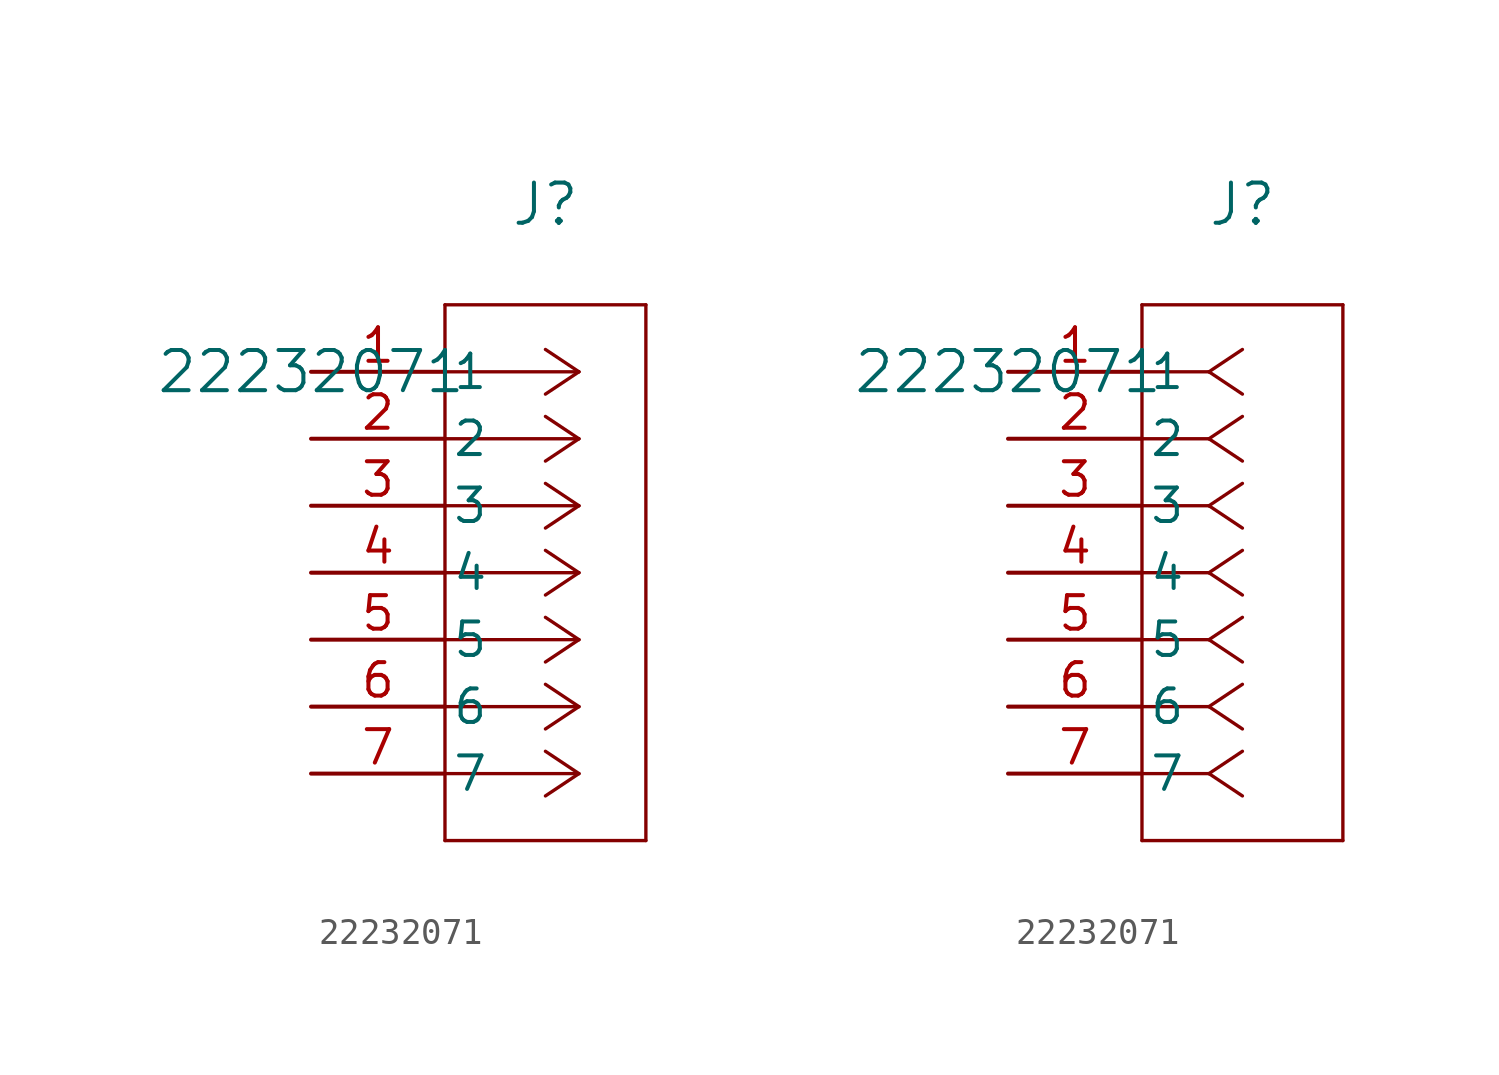
<source format=kicad_sym>
(kicad_symbol_lib
  (version 20211014)
  (generator kicad_symbol_editor)
  (symbol "22232071"
    (pin_names
      (offset 0.254))
    (property "Reference" "J"
      (at 8.89 6.35 0)
      (effects (font (size 1.524 1.524))))
    (property "Value" "22232071"
      (at 0 0 0)
      (effects (font (size 1.524 1.524))))
    (symbol "22232071_1_1"
      (polyline (pts (xy 10.16 0) (xy 5.08 0)) (stroke (width 0.127) (type default) (color 0 0 0 0)) (fill (type none)))
      (polyline (pts (xy 10.16 -2.54) (xy 5.08 -2.54)) (stroke (width 0.127) (type default) (color 0 0 0 0)) (fill (type none)))
      (polyline (pts (xy 10.16 -5.08) (xy 5.08 -5.08)) (stroke (width 0.127) (type default) (color 0 0 0 0)) (fill (type none)))
      (polyline (pts (xy 10.16 -7.62) (xy 5.08 -7.62)) (stroke (width 0.127) (type default) (color 0 0 0 0)) (fill (type none)))
      (polyline (pts (xy 10.16 -10.16) (xy 5.08 -10.16)) (stroke (width 0.127) (type default) (color 0 0 0 0)) (fill (type none)))
      (polyline (pts (xy 10.16 -12.7) (xy 5.08 -12.7)) (stroke (width 0.127) (type default) (color 0 0 0 0)) (fill (type none)))
      (polyline (pts (xy 10.16 -15.24) (xy 5.08 -15.24)) (stroke (width 0.127) (type default) (color 0 0 0 0)) (fill (type none)))
      (polyline (pts (xy 10.16 0) (xy 8.89 0.847)) (stroke (width 0.127) (type default) (color 0 0 0 0)) (fill (type none)))
      (polyline (pts (xy 10.16 -2.54) (xy 8.89 -1.693)) (stroke (width 0.127) (type default) (color 0 0 0 0)) (fill (type none)))
      (polyline (pts (xy 10.16 -5.08) (xy 8.89 -4.233)) (stroke (width 0.127) (type default) (color 0 0 0 0)) (fill (type none)))
      (polyline (pts (xy 10.16 -7.62) (xy 8.89 -6.773)) (stroke (width 0.127) (type default) (color 0 0 0 0)) (fill (type none)))
      (polyline (pts (xy 10.16 -10.16) (xy 8.89 -9.313)) (stroke (width 0.127) (type default) (color 0 0 0 0)) (fill (type none)))
      (polyline (pts (xy 10.16 -12.7) (xy 8.89 -11.853)) (stroke (width 0.127) (type default) (color 0 0 0 0)) (fill (type none)))
      (polyline (pts (xy 10.16 -15.24) (xy 8.89 -14.393)) (stroke (width 0.127) (type default) (color 0 0 0 0)) (fill (type none)))
      (polyline (pts (xy 10.16 0) (xy 8.89 -0.847)) (stroke (width 0.127) (type default) (color 0 0 0 0)) (fill (type none)))
      (polyline (pts (xy 10.16 -2.54) (xy 8.89 -3.387)) (stroke (width 0.127) (type default) (color 0 0 0 0)) (fill (type none)))
      (polyline (pts (xy 10.16 -5.08) (xy 8.89 -5.927)) (stroke (width 0.127) (type default) (color 0 0 0 0)) (fill (type none)))
      (polyline (pts (xy 10.16 -7.62) (xy 8.89 -8.467)) (stroke (width 0.127) (type default) (color 0 0 0 0)) (fill (type none)))
      (polyline (pts (xy 10.16 -10.16) (xy 8.89 -11.007)) (stroke (width 0.127) (type default) (color 0 0 0 0)) (fill (type none)))
      (polyline (pts (xy 10.16 -12.7) (xy 8.89 -13.547)) (stroke (width 0.127) (type default) (color 0 0 0 0)) (fill (type none)))
      (polyline (pts (xy 10.16 -15.24) (xy 8.89 -16.087)) (stroke (width 0.127) (type default) (color 0 0 0 0)) (fill (type none)))
      (polyline (pts (xy 5.08 2.54) (xy 5.08 -17.78)) (stroke (width 0.127) (type default) (color 0 0 0 0)) (fill (type none)))
      (polyline (pts (xy 5.08 -17.78) (xy 12.7 -17.78)) (stroke (width 0.127) (type default) (color 0 0 0 0)) (fill (type none)))
      (polyline (pts (xy 12.7 -17.78) (xy 12.7 2.54)) (stroke (width 0.127) (type default) (color 0 0 0 0)) (fill (type none)))
      (polyline (pts (xy 12.7 2.54) (xy 5.08 2.54)) (stroke (width 0.127) (type default) (color 0 0 0 0)) (fill (type none)))
      (pin unspecified line (at 0 0 0) (length 5.08) (name "1" (effects (font (size 1.27 1.27)))) (number "1" (effects (font (size 1.27 1.27)))))
      (pin unspecified line (at 0 -2.54 0) (length 5.08) (name "2" (effects (font (size 1.27 1.27)))) (number "2" (effects (font (size 1.27 1.27)))))
      (pin unspecified line (at 0 -5.08 0) (length 5.08) (name "3" (effects (font (size 1.27 1.27)))) (number "3" (effects (font (size 1.27 1.27)))))
      (pin unspecified line (at 0 -7.62 0) (length 5.08) (name "4" (effects (font (size 1.27 1.27)))) (number "4" (effects (font (size 1.27 1.27)))))
      (pin unspecified line (at 0 -10.16 0) (length 5.08) (name "5" (effects (font (size 1.27 1.27)))) (number "5" (effects (font (size 1.27 1.27)))))
      (pin unspecified line (at 0 -12.7 0) (length 5.08) (name "6" (effects (font (size 1.27 1.27)))) (number "6" (effects (font (size 1.27 1.27)))))
      (pin unspecified line (at 0 -15.24 0) (length 5.08) (name "7" (effects (font (size 1.27 1.27)))) (number "7" (effects (font (size 1.27 1.27))))))
    (symbol "22232071_1_2"
      (polyline (pts (xy 7.62 0) (xy 5.08 0)) (stroke (width 0.127) (type default) (color 0 0 0 0)) (fill (type none)))
      (polyline (pts (xy 7.62 -2.54) (xy 5.08 -2.54)) (stroke (width 0.127) (type default) (color 0 0 0 0)) (fill (type none)))
      (polyline (pts (xy 7.62 -5.08) (xy 5.08 -5.08)) (stroke (width 0.127) (type default) (color 0 0 0 0)) (fill (type none)))
      (polyline (pts (xy 7.62 -7.62) (xy 5.08 -7.62)) (stroke (width 0.127) (type default) (color 0 0 0 0)) (fill (type none)))
      (polyline (pts (xy 7.62 -10.16) (xy 5.08 -10.16)) (stroke (width 0.127) (type default) (color 0 0 0 0)) (fill (type none)))
      (polyline (pts (xy 7.62 -12.7) (xy 5.08 -12.7)) (stroke (width 0.127) (type default) (color 0 0 0 0)) (fill (type none)))
      (polyline (pts (xy 7.62 -15.24) (xy 5.08 -15.24)) (stroke (width 0.127) (type default) (color 0 0 0 0)) (fill (type none)))
      (polyline (pts (xy 7.62 0) (xy 8.89 0.847)) (stroke (width 0.127) (type default) (color 0 0 0 0)) (fill (type none)))
      (polyline (pts (xy 7.62 -2.54) (xy 8.89 -1.693)) (stroke (width 0.127) (type default) (color 0 0 0 0)) (fill (type none)))
      (polyline (pts (xy 7.62 -5.08) (xy 8.89 -4.233)) (stroke (width 0.127) (type default) (color 0 0 0 0)) (fill (type none)))
      (polyline (pts (xy 7.62 -7.62) (xy 8.89 -6.773)) (stroke (width 0.127) (type default) (color 0 0 0 0)) (fill (type none)))
      (polyline (pts (xy 7.62 -10.16) (xy 8.89 -9.313)) (stroke (width 0.127) (type default) (color 0 0 0 0)) (fill (type none)))
      (polyline (pts (xy 7.62 -12.7) (xy 8.89 -11.853)) (stroke (width 0.127) (type default) (color 0 0 0 0)) (fill (type none)))
      (polyline (pts (xy 7.62 -15.24) (xy 8.89 -14.393)) (stroke (width 0.127) (type default) (color 0 0 0 0)) (fill (type none)))
      (polyline (pts (xy 7.62 0) (xy 8.89 -0.847)) (stroke (width 0.127) (type default) (color 0 0 0 0)) (fill (type none)))
      (polyline (pts (xy 7.62 -2.54) (xy 8.89 -3.387)) (stroke (width 0.127) (type default) (color 0 0 0 0)) (fill (type none)))
      (polyline (pts (xy 7.62 -5.08) (xy 8.89 -5.927)) (stroke (width 0.127) (type default) (color 0 0 0 0)) (fill (type none)))
      (polyline (pts (xy 7.62 -7.62) (xy 8.89 -8.467)) (stroke (width 0.127) (type default) (color 0 0 0 0)) (fill (type none)))
      (polyline (pts (xy 7.62 -10.16) (xy 8.89 -11.007)) (stroke (width 0.127) (type default) (color 0 0 0 0)) (fill (type none)))
      (polyline (pts (xy 7.62 -12.7) (xy 8.89 -13.547)) (stroke (width 0.127) (type default) (color 0 0 0 0)) (fill (type none)))
      (polyline (pts (xy 7.62 -15.24) (xy 8.89 -16.087)) (stroke (width 0.127) (type default) (color 0 0 0 0)) (fill (type none)))
      (polyline (pts (xy 5.08 2.54) (xy 5.08 -17.78)) (stroke (width 0.127) (type default) (color 0 0 0 0)) (fill (type none)))
      (polyline (pts (xy 5.08 -17.78) (xy 12.7 -17.78)) (stroke (width 0.127) (type default) (color 0 0 0 0)) (fill (type none)))
      (polyline (pts (xy 12.7 -17.78) (xy 12.7 2.54)) (stroke (width 0.127) (type default) (color 0 0 0 0)) (fill (type none)))
      (polyline (pts (xy 12.7 2.54) (xy 5.08 2.54)) (stroke (width 0.127) (type default) (color 0 0 0 0)) (fill (type none)))
      (pin unspecified line (at 0 0 0) (length 5.08) (name "1" (effects (font (size 1.27 1.27)))) (number "1" (effects (font (size 1.27 1.27)))))
      (pin unspecified line (at 0 -2.54 0) (length 5.08) (name "2" (effects (font (size 1.27 1.27)))) (number "2" (effects (font (size 1.27 1.27)))))
      (pin unspecified line (at 0 -5.08 0) (length 5.08) (name "3" (effects (font (size 1.27 1.27)))) (number "3" (effects (font (size 1.27 1.27)))))
      (pin unspecified line (at 0 -7.62 0) (length 5.08) (name "4" (effects (font (size 1.27 1.27)))) (number "4" (effects (font (size 1.27 1.27)))))
      (pin unspecified line (at 0 -10.16 0) (length 5.08) (name "5" (effects (font (size 1.27 1.27)))) (number "5" (effects (font (size 1.27 1.27)))))
      (pin unspecified line (at 0 -12.7 0) (length 5.08) (name "6" (effects (font (size 1.27 1.27)))) (number "6" (effects (font (size 1.27 1.27)))))
      (pin unspecified line (at 0 -15.24 0) (length 5.08) (name "7" (effects (font (size 1.27 1.27)))) (number "7" (effects (font (size 1.27 1.27))))))))
</source>
